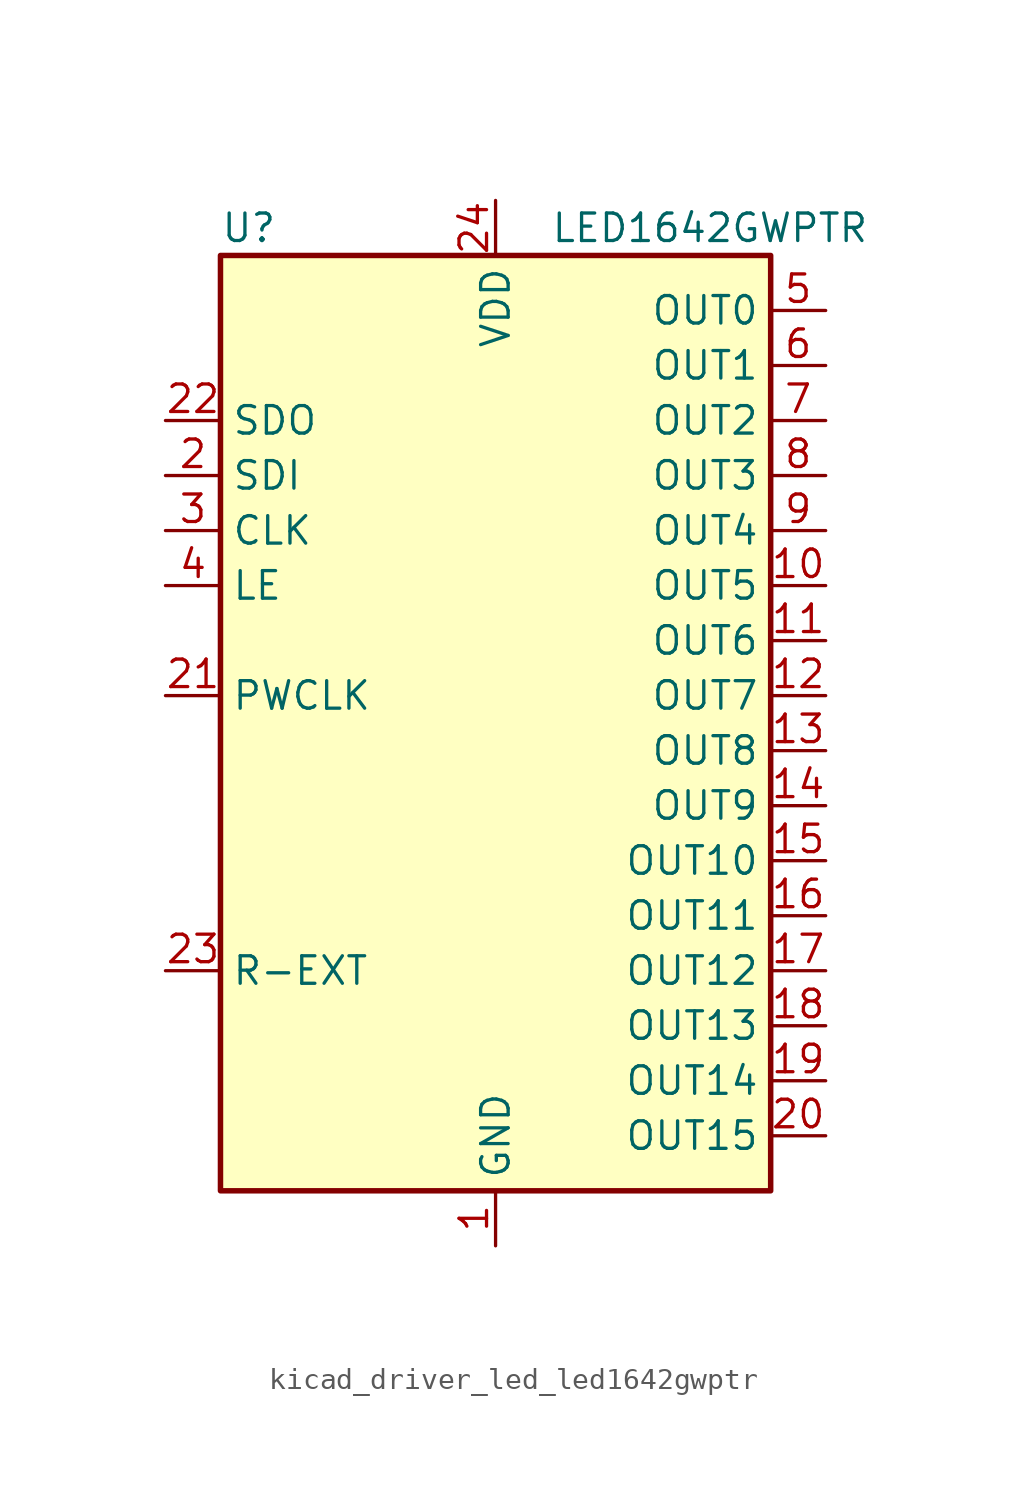
<source format=kicad_sym>
(kicad_symbol_lib
  (version 20220914)
  (generator kicad_symbol_editor)
  (symbol "kicad_driver_led_led1642gwptr"
    (property "Reference" "U"
      (at -12.7 21.59 0)
      (effects (font (size 1.27 1.27)) (justify left)))
    (property "Value" "LED1642GWPTR"
      (at 2.54 21.59 0)
      (effects (font (size 1.27 1.27)) (justify left)))
    (symbol "kicad_driver_led_led1642gwptr_0_1"
      (rectangle (start -12.7 20.32) (end 12.7 -22.86) (stroke (width 0.254) (type default)) (fill (type background))))
    (symbol "kicad_driver_led_led1642gwptr_1_1"
      (pin power_in line (at 0 -25.4 90) (length 2.54) (name "GND" (effects (font (size 1.27 1.27)))) (number "1" (effects (font (size 1.27 1.27)))))
      (pin output line (at 15.24 5.08 180) (length 2.54) (name "OUT5" (effects (font (size 1.27 1.27)))) (number "10" (effects (font (size 1.27 1.27)))))
      (pin output line (at 15.24 2.54 180) (length 2.54) (name "OUT6" (effects (font (size 1.27 1.27)))) (number "11" (effects (font (size 1.27 1.27)))))
      (pin output line (at 15.24 0 180) (length 2.54) (name "OUT7" (effects (font (size 1.27 1.27)))) (number "12" (effects (font (size 1.27 1.27)))))
      (pin output line (at 15.24 -2.54 180) (length 2.54) (name "OUT8" (effects (font (size 1.27 1.27)))) (number "13" (effects (font (size 1.27 1.27)))))
      (pin output line (at 15.24 -5.08 180) (length 2.54) (name "OUT9" (effects (font (size 1.27 1.27)))) (number "14" (effects (font (size 1.27 1.27)))))
      (pin output line (at 15.24 -7.62 180) (length 2.54) (name "OUT10" (effects (font (size 1.27 1.27)))) (number "15" (effects (font (size 1.27 1.27)))))
      (pin output line (at 15.24 -10.16 180) (length 2.54) (name "OUT11" (effects (font (size 1.27 1.27)))) (number "16" (effects (font (size 1.27 1.27)))))
      (pin output line (at 15.24 -12.7 180) (length 2.54) (name "OUT12" (effects (font (size 1.27 1.27)))) (number "17" (effects (font (size 1.27 1.27)))))
      (pin output line (at 15.24 -15.24 180) (length 2.54) (name "OUT13" (effects (font (size 1.27 1.27)))) (number "18" (effects (font (size 1.27 1.27)))))
      (pin output line (at 15.24 -17.78 180) (length 2.54) (name "OUT14" (effects (font (size 1.27 1.27)))) (number "19" (effects (font (size 1.27 1.27)))))
      (pin input line (at -15.24 10.16 0) (length 2.54) (name "SDI" (effects (font (size 1.27 1.27)))) (number "2" (effects (font (size 1.27 1.27)))))
      (pin output line (at 15.24 -20.32 180) (length 2.54) (name "OUT15" (effects (font (size 1.27 1.27)))) (number "20" (effects (font (size 1.27 1.27)))))
      (pin input line (at -15.24 0 0) (length 2.54) (name "PWCLK" (effects (font (size 1.27 1.27)))) (number "21" (effects (font (size 1.27 1.27)))))
      (pin output line (at -15.24 12.7 0) (length 2.54) (name "SDO" (effects (font (size 1.27 1.27)))) (number "22" (effects (font (size 1.27 1.27)))))
      (pin passive line (at -15.24 -12.7 0) (length 2.54) (name "R-EXT" (effects (font (size 1.27 1.27)))) (number "23" (effects (font (size 1.27 1.27)))))
      (pin power_in line (at 0 22.86 270) (length 2.54) (name "VDD" (effects (font (size 1.27 1.27)))) (number "24" (effects (font (size 1.27 1.27)))))
      (pin input line (at -15.24 7.62 0) (length 2.54) (name "CLK" (effects (font (size 1.27 1.27)))) (number "3" (effects (font (size 1.27 1.27)))))
      (pin input line (at -15.24 5.08 0) (length 2.54) (name "LE" (effects (font (size 1.27 1.27)))) (number "4" (effects (font (size 1.27 1.27)))))
      (pin output line (at 15.24 17.78 180) (length 2.54) (name "OUT0" (effects (font (size 1.27 1.27)))) (number "5" (effects (font (size 1.27 1.27)))))
      (pin output line (at 15.24 15.24 180) (length 2.54) (name "OUT1" (effects (font (size 1.27 1.27)))) (number "6" (effects (font (size 1.27 1.27)))))
      (pin output line (at 15.24 12.7 180) (length 2.54) (name "OUT2" (effects (font (size 1.27 1.27)))) (number "7" (effects (font (size 1.27 1.27)))))
      (pin output line (at 15.24 10.16 180) (length 2.54) (name "OUT3" (effects (font (size 1.27 1.27)))) (number "8" (effects (font (size 1.27 1.27)))))
      (pin output line (at 15.24 7.62 180) (length 2.54) (name "OUT4" (effects (font (size 1.27 1.27)))) (number "9" (effects (font (size 1.27 1.27))))))))
</source>
